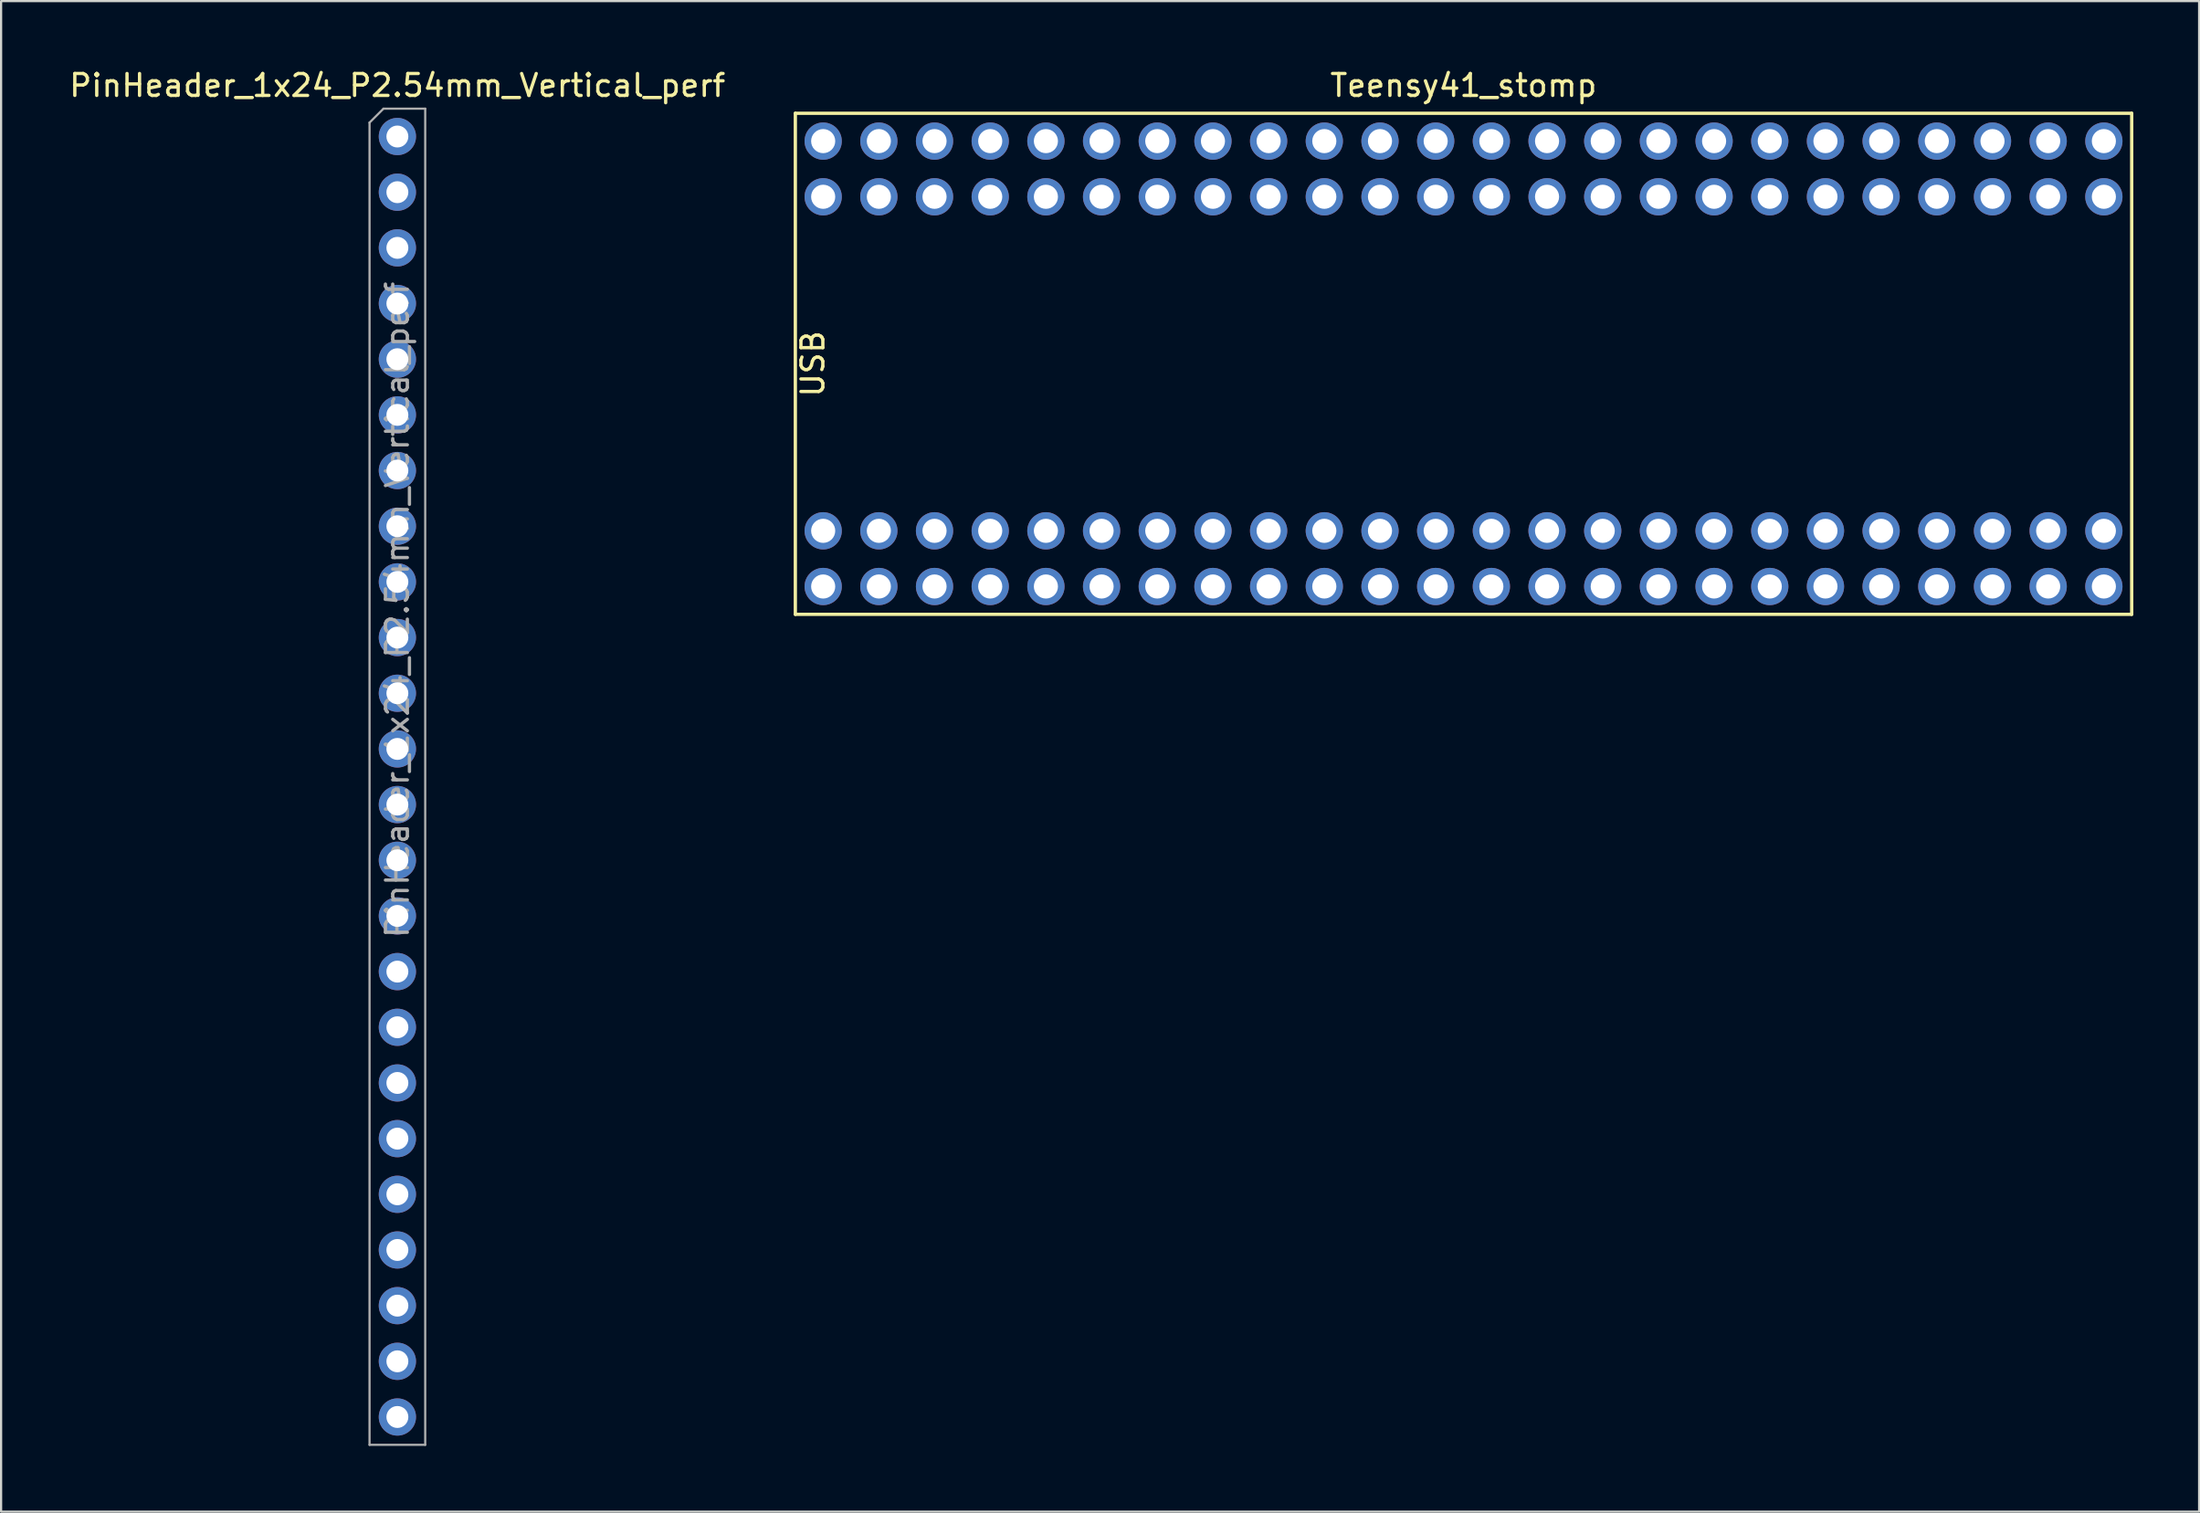
<source format=kicad_pcb>
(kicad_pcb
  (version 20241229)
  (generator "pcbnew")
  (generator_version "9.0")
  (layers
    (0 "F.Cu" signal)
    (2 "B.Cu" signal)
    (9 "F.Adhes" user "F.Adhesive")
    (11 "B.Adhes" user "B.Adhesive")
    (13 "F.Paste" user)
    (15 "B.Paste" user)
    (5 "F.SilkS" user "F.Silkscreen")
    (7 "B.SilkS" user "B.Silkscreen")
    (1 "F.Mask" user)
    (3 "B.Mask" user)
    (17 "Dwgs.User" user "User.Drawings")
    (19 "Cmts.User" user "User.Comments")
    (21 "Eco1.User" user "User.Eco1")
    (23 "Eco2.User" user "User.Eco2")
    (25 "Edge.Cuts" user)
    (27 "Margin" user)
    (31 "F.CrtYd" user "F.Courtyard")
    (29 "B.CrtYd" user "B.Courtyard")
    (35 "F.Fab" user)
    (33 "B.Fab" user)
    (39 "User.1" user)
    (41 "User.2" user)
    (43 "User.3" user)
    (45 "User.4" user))
  (footprint "PinHeader_1x24_P2.54mm_Vertical_perf"
    (layer "F.Cu")
    (at 15.077 3.178)
    (property "Reference" "PinHeader_1x24_P2.54mm_Vertical_perf" (at 0 -2.33 0) (layer "F.SilkS") (effects (font (size 1 1) (thickness 0.15))))
    (attr through_hole)
    (fp_line (start -1.27 -0.635) (end -0.635 -1.27) (stroke (width 0.1) (type solid)) (layer "F.Fab"))
    (fp_line (start -1.27 59.69) (end -1.27 -0.635) (stroke (width 0.1) (type solid)) (layer "F.Fab"))
    (fp_line (start -0.635 -1.27) (end 1.27 -1.27) (stroke (width 0.1) (type solid)) (layer "F.Fab"))
    (fp_line (start 1.27 -1.27) (end 1.27 59.69) (stroke (width 0.1) (type solid)) (layer "F.Fab"))
    (fp_line (start 1.27 59.69) (end -1.27 59.69) (stroke (width 0.1) (type solid)) (layer "F.Fab"))
    (fp_text user "${REFERENCE}" (at 0 21.59 90) (layer "F.Fab") (effects (font (size 1 1) (thickness 0.15))))
    (pad "1" thru_hole circle (at 0 0) (size 1.7 1.7) (drill 1) (layers "*.Cu" "*.Mask"))
    (pad "2" thru_hole oval (at 0 2.54) (size 1.7 1.7) (drill 1) (layers "*.Cu" "*.Mask"))
    (pad "3" thru_hole oval (at 0 5.08) (size 1.7 1.7) (drill 1) (layers "*.Cu" "*.Mask"))
    (pad "4" thru_hole oval (at 0 7.62) (size 1.7 1.7) (drill 1) (layers "*.Cu" "*.Mask"))
    (pad "5" thru_hole oval (at 0 10.16) (size 1.7 1.7) (drill 1) (layers "*.Cu" "*.Mask"))
    (pad "6" thru_hole oval (at 0 12.7) (size 1.7 1.7) (drill 1) (layers "*.Cu" "*.Mask"))
    (pad "7" thru_hole oval (at 0 15.24) (size 1.7 1.7) (drill 1) (layers "*.Cu" "*.Mask"))
    (pad "8" thru_hole oval (at 0 17.78) (size 1.7 1.7) (drill 1) (layers "*.Cu" "*.Mask"))
    (pad "9" thru_hole oval (at 0 20.32) (size 1.7 1.7) (drill 1) (layers "*.Cu" "*.Mask"))
    (pad "10" thru_hole oval (at 0 22.86) (size 1.7 1.7) (drill 1) (layers "*.Cu" "*.Mask"))
    (pad "11" thru_hole oval (at 0 25.4) (size 1.7 1.7) (drill 1) (layers "*.Cu" "*.Mask"))
    (pad "12" thru_hole oval (at 0 27.94) (size 1.7 1.7) (drill 1) (layers "*.Cu" "*.Mask"))
    (pad "13" thru_hole oval (at 0 30.48) (size 1.7 1.7) (drill 1) (layers "*.Cu" "*.Mask"))
    (pad "14" thru_hole oval (at 0 33.02) (size 1.7 1.7) (drill 1) (layers "*.Cu" "*.Mask"))
    (pad "15" thru_hole oval (at 0 35.56) (size 1.7 1.7) (drill 1) (layers "*.Cu" "*.Mask"))
    (pad "16" thru_hole oval (at 0 38.1) (size 1.7 1.7) (drill 1) (layers "*.Cu" "*.Mask"))
    (pad "17" thru_hole oval (at 0 40.64) (size 1.7 1.7) (drill 1) (layers "*.Cu" "*.Mask"))
    (pad "18" thru_hole oval (at 0 43.18) (size 1.7 1.7) (drill 1) (layers "*.Cu" "*.Mask"))
    (pad "19" thru_hole oval (at 0 45.72) (size 1.7 1.7) (drill 1) (layers "*.Cu" "*.Mask"))
    (pad "20" thru_hole oval (at 0 48.26) (size 1.7 1.7) (drill 1) (layers "*.Cu" "*.Mask"))
    (pad "21" thru_hole oval (at 0 50.8) (size 1.7 1.7) (drill 1) (layers "*.Cu" "*.Mask"))
    (pad "22" thru_hole oval (at 0 53.34) (size 1.7 1.7) (drill 1) (layers "*.Cu" "*.Mask"))
    (pad "23" thru_hole oval (at 0 55.88) (size 1.7 1.7) (drill 1) (layers "*.Cu" "*.Mask"))
    (pad "24" thru_hole oval (at 0 58.42) (size 1.7 1.7) (drill 1) (layers "*.Cu" "*.Mask")))
  (footprint "Teensy41_stomp"
    (layer "F.Cu")
    (at 63.71 13.548)
    (property "Reference" "Teensy41_stomp" (at 0 -12.7 0) (layer "F.SilkS") (effects (font (size 1 1) (thickness 0.15))))
    (attr through_hole)
    (fp_line (start -30.48 -11.43) (end 30.48 -11.43) (stroke (width 0.15) (type solid)) (layer "F.SilkS"))
    (fp_line (start -30.48 11.43) (end -30.48 -11.43) (stroke (width 0.15) (type solid)) (layer "F.SilkS"))
    (fp_line (start 30.48 -11.43) (end 30.48 11.43) (stroke (width 0.15) (type solid)) (layer "F.SilkS"))
    (fp_line (start 30.48 11.43) (end -30.48 11.43) (stroke (width 0.15) (type solid)) (layer "F.SilkS"))
    (fp_text user "USB" (at -29.68 0 270) (layer "F.SilkS") (effects (font (size 1 1) (thickness 0.15))))
    (pad "1" thru_hole circle (at -29.21 7.62) (size 1.7 1.7) (drill 1.1) (layers "*.Cu" "*.Mask"))
    (pad "1" thru_hole circle (at -29.21 10.16) (size 1.7 1.7) (drill 1.1) (layers "*.Cu" "*.Mask"))
    (pad "2" thru_hole circle (at -26.67 7.62) (size 1.7 1.7) (drill 1.1) (layers "*.Cu" "*.Mask"))
    (pad "2" thru_hole circle (at -26.67 10.16) (size 1.7 1.7) (drill 1.1) (layers "*.Cu" "*.Mask"))
    (pad "3" thru_hole circle (at -24.13 7.62) (size 1.7 1.7) (drill 1.1) (layers "*.Cu" "*.Mask"))
    (pad "3" thru_hole circle (at -24.13 10.16) (size 1.7 1.7) (drill 1.1) (layers "*.Cu" "*.Mask"))
    (pad "4" thru_hole circle (at -21.59 7.62) (size 1.7 1.7) (drill 1.1) (layers "*.Cu" "*.Mask"))
    (pad "4" thru_hole circle (at -21.59 10.16) (size 1.7 1.7) (drill 1.1) (layers "*.Cu" "*.Mask"))
    (pad "5" thru_hole circle (at -19.05 7.62) (size 1.7 1.7) (drill 1.1) (layers "*.Cu" "*.Mask"))
    (pad "5" thru_hole circle (at -19.05 10.16) (size 1.7 1.7) (drill 1.1) (layers "*.Cu" "*.Mask"))
    (pad "6" thru_hole circle (at -16.51 7.62) (size 1.7 1.7) (drill 1.1) (layers "*.Cu" "*.Mask"))
    (pad "6" thru_hole circle (at -16.51 10.16) (size 1.7 1.7) (drill 1.1) (layers "*.Cu" "*.Mask"))
    (pad "7" thru_hole circle (at -13.97 7.62) (size 1.7 1.7) (drill 1.1) (layers "*.Cu" "*.Mask"))
    (pad "7" thru_hole circle (at -13.97 10.16) (size 1.7 1.7) (drill 1.1) (layers "*.Cu" "*.Mask"))
    (pad "8" thru_hole circle (at -11.43 7.62) (size 1.7 1.7) (drill 1.1) (layers "*.Cu" "*.Mask"))
    (pad "8" thru_hole circle (at -11.43 10.16) (size 1.7 1.7) (drill 1.1) (layers "*.Cu" "*.Mask"))
    (pad "9" thru_hole circle (at -8.89 7.62) (size 1.7 1.7) (drill 1.1) (layers "*.Cu" "*.Mask"))
    (pad "9" thru_hole circle (at -8.89 10.16) (size 1.7 1.7) (drill 1.1) (layers "*.Cu" "*.Mask"))
    (pad "10" thru_hole circle (at -6.35 7.62) (size 1.7 1.7) (drill 1.1) (layers "*.Cu" "*.Mask"))
    (pad "10" thru_hole circle (at -6.35 10.16) (size 1.7 1.7) (drill 1.1) (layers "*.Cu" "*.Mask"))
    (pad "11" thru_hole circle (at -3.81 7.62) (size 1.7 1.7) (drill 1.1) (layers "*.Cu" "*.Mask"))
    (pad "11" thru_hole circle (at -3.81 10.16) (size 1.7 1.7) (drill 1.1) (layers "*.Cu" "*.Mask"))
    (pad "12" thru_hole circle (at -1.27 7.62) (size 1.7 1.7) (drill 1.1) (layers "*.Cu" "*.Mask"))
    (pad "12" thru_hole circle (at -1.27 10.16) (size 1.7 1.7) (drill 1.1) (layers "*.Cu" "*.Mask"))
    (pad "13" thru_hole circle (at 1.27 7.62) (size 1.7 1.7) (drill 1.1) (layers "*.Cu" "*.Mask"))
    (pad "13" thru_hole circle (at 1.27 10.16) (size 1.7 1.7) (drill 1.1) (layers "*.Cu" "*.Mask"))
    (pad "14" thru_hole circle (at 3.81 7.62) (size 1.7 1.7) (drill 1.1) (layers "*.Cu" "*.Mask"))
    (pad "14" thru_hole circle (at 3.81 10.16) (size 1.7 1.7) (drill 1.1) (layers "*.Cu" "*.Mask"))
    (pad "15" thru_hole circle (at 6.35 7.62) (size 1.7 1.7) (drill 1.1) (layers "*.Cu" "*.Mask"))
    (pad "15" thru_hole circle (at 6.35 10.16) (size 1.7 1.7) (drill 1.1) (layers "*.Cu" "*.Mask"))
    (pad "16" thru_hole circle (at 8.89 7.62) (size 1.7 1.7) (drill 1.1) (layers "*.Cu" "*.Mask"))
    (pad "16" thru_hole circle (at 8.89 10.16) (size 1.7 1.7) (drill 1.1) (layers "*.Cu" "*.Mask"))
    (pad "17" thru_hole circle (at 11.43 7.62) (size 1.7 1.7) (drill 1.1) (layers "*.Cu" "*.Mask"))
    (pad "17" thru_hole circle (at 11.43 10.16) (size 1.7 1.7) (drill 1.1) (layers "*.Cu" "*.Mask"))
    (pad "18" thru_hole circle (at 13.97 7.62) (size 1.7 1.7) (drill 1.1) (layers "*.Cu" "*.Mask"))
    (pad "18" thru_hole circle (at 13.97 10.16) (size 1.7 1.7) (drill 1.1) (layers "*.Cu" "*.Mask"))
    (pad "19" thru_hole circle (at 16.51 7.62) (size 1.7 1.7) (drill 1.1) (layers "*.Cu" "*.Mask"))
    (pad "19" thru_hole circle (at 16.51 10.16) (size 1.7 1.7) (drill 1.1) (layers "*.Cu" "*.Mask"))
    (pad "20" thru_hole circle (at 19.05 7.62) (size 1.7 1.7) (drill 1.1) (layers "*.Cu" "*.Mask"))
    (pad "20" thru_hole circle (at 19.05 10.16) (size 1.7 1.7) (drill 1.1) (layers "*.Cu" "*.Mask"))
    (pad "21" thru_hole circle (at 21.59 7.62) (size 1.7 1.7) (drill 1.1) (layers "*.Cu" "*.Mask"))
    (pad "21" thru_hole circle (at 21.59 10.16) (size 1.7 1.7) (drill 1.1) (layers "*.Cu" "*.Mask"))
    (pad "22" thru_hole circle (at 24.13 7.62) (size 1.7 1.7) (drill 1.1) (layers "*.Cu" "*.Mask"))
    (pad "22" thru_hole circle (at 24.13 10.16) (size 1.7 1.7) (drill 1.1) (layers "*.Cu" "*.Mask"))
    (pad "23" thru_hole circle (at 26.67 7.62) (size 1.7 1.7) (drill 1.1) (layers "*.Cu" "*.Mask"))
    (pad "23" thru_hole circle (at 26.67 10.16) (size 1.7 1.7) (drill 1.1) (layers "*.Cu" "*.Mask"))
    (pad "24" thru_hole circle (at 29.21 7.62) (size 1.7 1.7) (drill 1.1) (layers "*.Cu" "*.Mask"))
    (pad "24" thru_hole circle (at 29.21 10.16) (size 1.7 1.7) (drill 1.1) (layers "*.Cu" "*.Mask"))
    (pad "25" thru_hole circle (at 29.21 -10.16) (size 1.7 1.7) (drill 1.1) (layers "*.Cu" "*.Mask"))
    (pad "25" thru_hole circle (at 29.21 -7.62) (size 1.7 1.7) (drill 1.1) (layers "*.Cu" "*.Mask"))
    (pad "26" thru_hole circle (at 26.67 -10.16) (size 1.7 1.7) (drill 1.1) (layers "*.Cu" "*.Mask"))
    (pad "26" thru_hole circle (at 26.67 -7.62) (size 1.7 1.7) (drill 1.1) (layers "*.Cu" "*.Mask"))
    (pad "27" thru_hole circle (at 24.13 -10.16) (size 1.7 1.7) (drill 1.1) (layers "*.Cu" "*.Mask"))
    (pad "27" thru_hole circle (at 24.13 -7.62) (size 1.7 1.7) (drill 1.1) (layers "*.Cu" "*.Mask"))
    (pad "28" thru_hole circle (at 21.59 -10.16) (size 1.7 1.7) (drill 1.1) (layers "*.Cu" "*.Mask"))
    (pad "28" thru_hole circle (at 21.59 -7.62) (size 1.7 1.7) (drill 1.1) (layers "*.Cu" "*.Mask"))
    (pad "29" thru_hole circle (at 19.05 -10.16) (size 1.7 1.7) (drill 1.1) (layers "*.Cu" "*.Mask"))
    (pad "29" thru_hole circle (at 19.05 -7.62) (size 1.7 1.7) (drill 1.1) (layers "*.Cu" "*.Mask"))
    (pad "30" thru_hole circle (at 16.51 -10.16) (size 1.7 1.7) (drill 1.1) (layers "*.Cu" "*.Mask"))
    (pad "30" thru_hole circle (at 16.51 -7.62) (size 1.7 1.7) (drill 1.1) (layers "*.Cu" "*.Mask"))
    (pad "31" thru_hole circle (at 13.97 -10.16) (size 1.7 1.7) (drill 1.1) (layers "*.Cu" "*.Mask"))
    (pad "31" thru_hole circle (at 13.97 -7.62) (size 1.7 1.7) (drill 1.1) (layers "*.Cu" "*.Mask"))
    (pad "32" thru_hole circle (at 11.43 -10.16) (size 1.7 1.7) (drill 1.1) (layers "*.Cu" "*.Mask"))
    (pad "32" thru_hole circle (at 11.43 -7.62) (size 1.7 1.7) (drill 1.1) (layers "*.Cu" "*.Mask"))
    (pad "33" thru_hole circle (at 8.89 -10.16) (size 1.7 1.7) (drill 1.1) (layers "*.Cu" "*.Mask"))
    (pad "33" thru_hole circle (at 8.89 -7.62) (size 1.7 1.7) (drill 1.1) (layers "*.Cu" "*.Mask"))
    (pad "34" thru_hole circle (at 6.35 -10.16) (size 1.7 1.7) (drill 1.1) (layers "*.Cu" "*.Mask"))
    (pad "34" thru_hole circle (at 6.35 -7.62) (size 1.7 1.7) (drill 1.1) (layers "*.Cu" "*.Mask"))
    (pad "35" thru_hole circle (at 3.81 -10.16) (size 1.7 1.7) (drill 1.1) (layers "*.Cu" "*.Mask"))
    (pad "35" thru_hole circle (at 3.81 -7.62) (size 1.7 1.7) (drill 1.1) (layers "*.Cu" "*.Mask"))
    (pad "36" thru_hole circle (at 1.27 -10.16) (size 1.7 1.7) (drill 1.1) (layers "*.Cu" "*.Mask"))
    (pad "36" thru_hole circle (at 1.27 -7.62) (size 1.7 1.7) (drill 1.1) (layers "*.Cu" "*.Mask"))
    (pad "37" thru_hole circle (at -1.27 -10.16) (size 1.7 1.7) (drill 1.1) (layers "*.Cu" "*.Mask"))
    (pad "37" thru_hole circle (at -1.27 -7.62) (size 1.7 1.7) (drill 1.1) (layers "*.Cu" "*.Mask"))
    (pad "38" thru_hole circle (at -3.81 -10.16) (size 1.7 1.7) (drill 1.1) (layers "*.Cu" "*.Mask"))
    (pad "38" thru_hole circle (at -3.81 -7.62) (size 1.7 1.7) (drill 1.1) (layers "*.Cu" "*.Mask"))
    (pad "39" thru_hole circle (at -6.35 -10.16) (size 1.7 1.7) (drill 1.1) (layers "*.Cu" "*.Mask"))
    (pad "39" thru_hole circle (at -6.35 -7.62) (size 1.7 1.7) (drill 1.1) (layers "*.Cu" "*.Mask"))
    (pad "40" thru_hole circle (at -8.89 -10.16) (size 1.7 1.7) (drill 1.1) (layers "*.Cu" "*.Mask"))
    (pad "40" thru_hole circle (at -8.89 -7.62) (size 1.7 1.7) (drill 1.1) (layers "*.Cu" "*.Mask"))
    (pad "41" thru_hole circle (at -11.43 -10.16) (size 1.7 1.7) (drill 1.1) (layers "*.Cu" "*.Mask"))
    (pad "41" thru_hole circle (at -11.43 -7.62) (size 1.7 1.7) (drill 1.1) (layers "*.Cu" "*.Mask"))
    (pad "42" thru_hole circle (at -13.97 -10.16) (size 1.7 1.7) (drill 1.1) (layers "*.Cu" "*.Mask"))
    (pad "42" thru_hole circle (at -13.97 -7.62) (size 1.7 1.7) (drill 1.1) (layers "*.Cu" "*.Mask"))
    (pad "43" thru_hole circle (at -16.51 -10.16) (size 1.7 1.7) (drill 1.1) (layers "*.Cu" "*.Mask"))
    (pad "43" thru_hole circle (at -16.51 -7.62) (size 1.7 1.7) (drill 1.1) (layers "*.Cu" "*.Mask"))
    (pad "44" thru_hole circle (at -19.05 -10.16) (size 1.7 1.7) (drill 1.1) (layers "*.Cu" "*.Mask"))
    (pad "44" thru_hole circle (at -19.05 -7.62) (size 1.7 1.7) (drill 1.1) (layers "*.Cu" "*.Mask"))
    (pad "45" thru_hole circle (at -21.59 -10.16) (size 1.7 1.7) (drill 1.1) (layers "*.Cu" "*.Mask"))
    (pad "45" thru_hole circle (at -21.59 -7.62) (size 1.7 1.7) (drill 1.1) (layers "*.Cu" "*.Mask"))
    (pad "46" thru_hole circle (at -24.13 -10.16) (size 1.7 1.7) (drill 1.1) (layers "*.Cu" "*.Mask"))
    (pad "46" thru_hole circle (at -24.13 -7.62) (size 1.7 1.7) (drill 1.1) (layers "*.Cu" "*.Mask"))
    (pad "47" thru_hole circle (at -26.67 -10.16) (size 1.7 1.7) (drill 1.1) (layers "*.Cu" "*.Mask"))
    (pad "47" thru_hole circle (at -26.67 -7.62) (size 1.7 1.7) (drill 1.1) (layers "*.Cu" "*.Mask"))
    (pad "48" thru_hole circle (at -29.21 -10.16) (size 1.7 1.7) (drill 1.1) (layers "*.Cu" "*.Mask"))
    (pad "48" thru_hole circle (at -29.21 -7.62) (size 1.7 1.7) (drill 1.1) (layers "*.Cu" "*.Mask")))
  (gr_rect
    (start -3 -3)
    (end 97.265 65.918)
    (stroke (width 0.1) (type default))
    (fill no)
    (layer "Edge.Cuts")))
</source>
